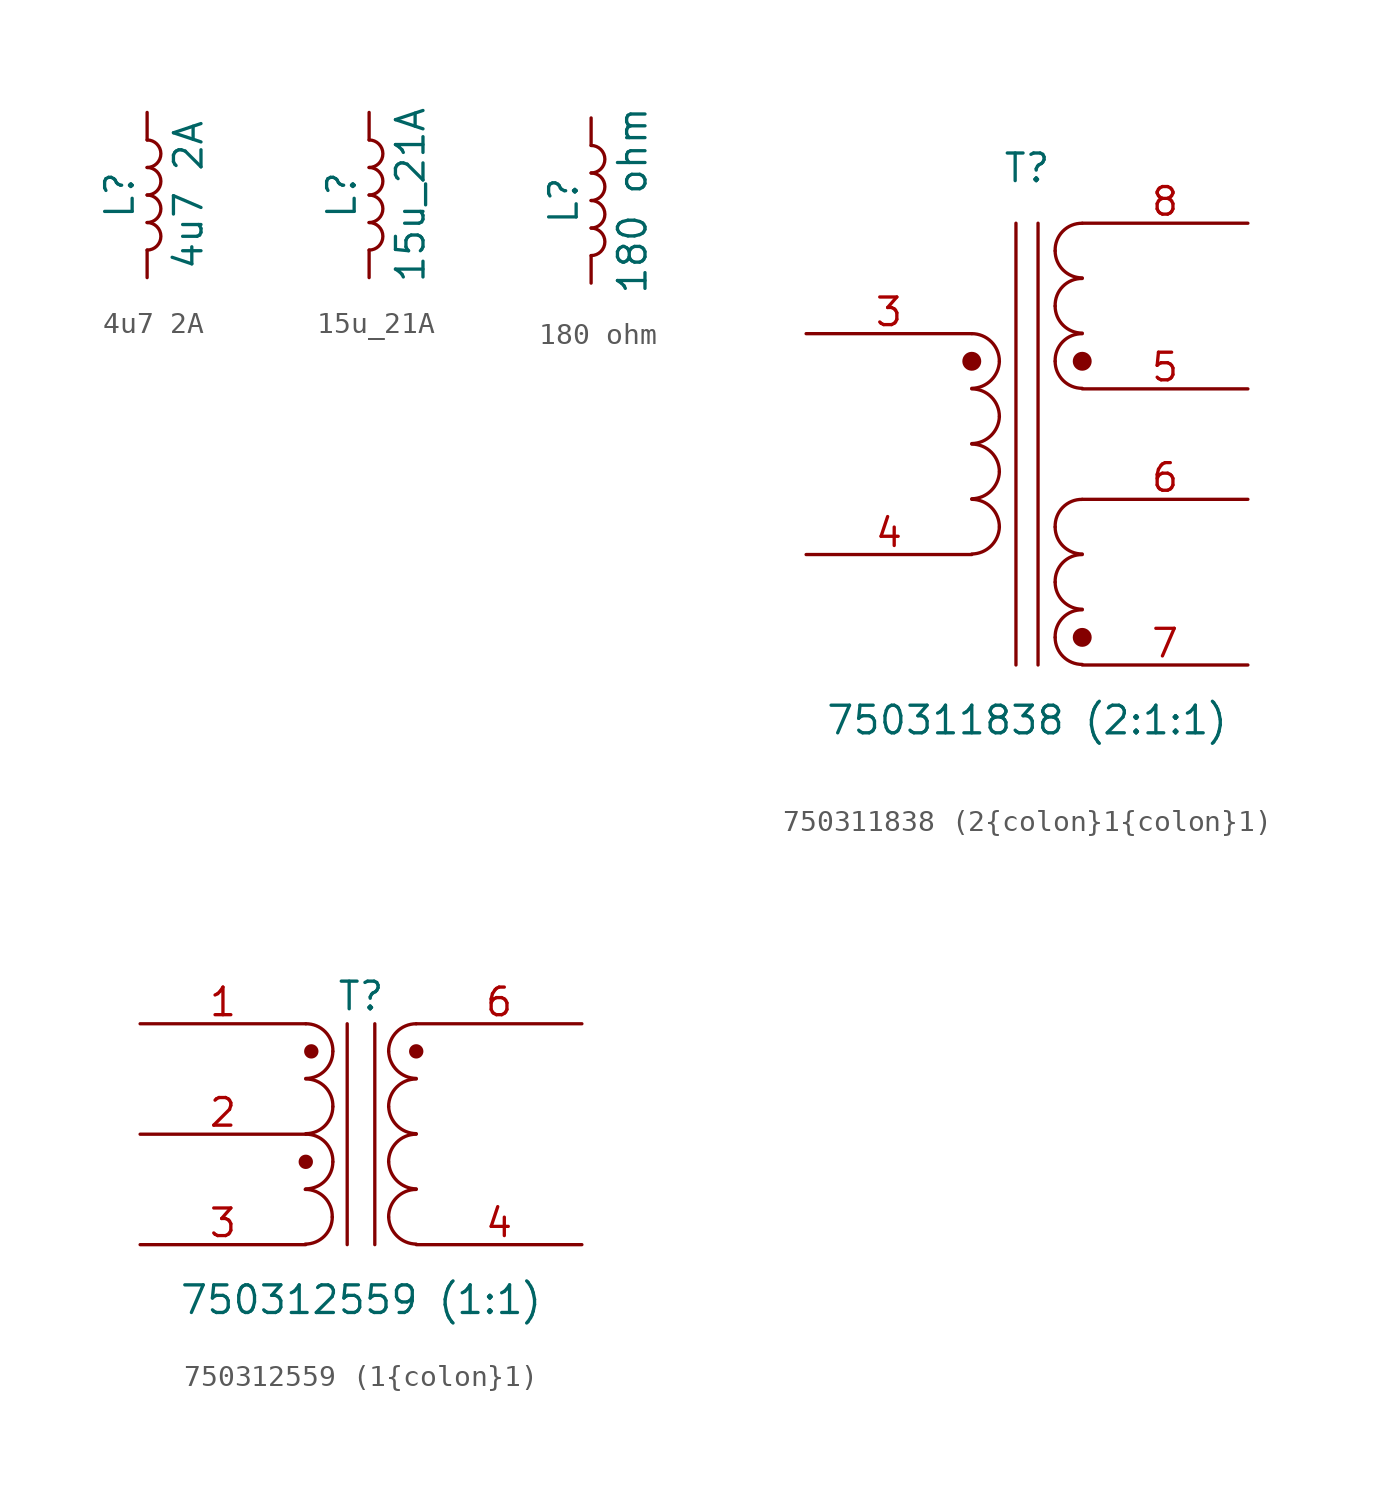
<source format=kicad_sym>
(kicad_symbol_lib
  (version 20231120)
  (generator "kicad_symbol_editor")
  (generator_version "8.0")
  (symbol "4u7 2A"
    (pin_numbers hide)
    (pin_names
      (offset 1.016) hide)
    (property "Reference" "L"
      (at -1.27 0 90)
      (effects (font (size 1.27 1.27))))
    (property "Value" "4u7 2A"
      (at 1.905 0 90)
      (effects (font (size 1.27 1.27))))
    (symbol "4u7 2A_0_1"
      (arc (start 0 -2.54) (mid 0.6323 -1.905) (end 0 -1.27) (stroke (width 0) (type default)) (fill (type none)))
      (arc (start 0 -1.27) (mid 0.6323 -0.635) (end 0 0) (stroke (width 0) (type default)) (fill (type none)))
      (arc (start 0 0) (mid 0.6323 0.635) (end 0 1.27) (stroke (width 0) (type default)) (fill (type none)))
      (arc (start 0 1.27) (mid 0.6323 1.905) (end 0 2.54) (stroke (width 0) (type default)) (fill (type none))))
    (symbol "4u7 2A_1_1"
      (pin passive line (at 0 3.81 270) (length 1.27) (name "1" (effects (font (size 1.27 1.27)))) (number "1" (effects (font (size 1.27 1.27)))))
      (pin passive line (at 0 -3.81 90) (length 1.27) (name "2" (effects (font (size 1.27 1.27)))) (number "2" (effects (font (size 1.27 1.27)))))))
  (symbol "15u_21A"
    (pin_numbers hide)
    (pin_names
      (offset 1.016) hide)
    (property "Reference" "L"
      (at -1.27 0 90)
      (effects (font (size 1.27 1.27))))
    (property "Value" "15u_21A"
      (at 1.905 0 90)
      (effects (font (size 1.27 1.27))))
    (symbol "15u_21A_0_1"
      (arc (start 0 -2.54) (mid 0.6323 -1.905) (end 0 -1.27) (stroke (width 0) (type default)) (fill (type none)))
      (arc (start 0 -1.27) (mid 0.6323 -0.635) (end 0 0) (stroke (width 0) (type default)) (fill (type none)))
      (arc (start 0 0) (mid 0.6323 0.635) (end 0 1.27) (stroke (width 0) (type default)) (fill (type none)))
      (arc (start 0 1.27) (mid 0.6323 1.905) (end 0 2.54) (stroke (width 0) (type default)) (fill (type none))))
    (symbol "15u_21A_1_1"
      (pin passive line (at 0 3.81 270) (length 1.27) (name "1" (effects (font (size 1.27 1.27)))) (number "1" (effects (font (size 1.27 1.27)))))
      (pin passive line (at 0 -3.81 90) (length 1.27) (name "2" (effects (font (size 1.27 1.27)))) (number "2" (effects (font (size 1.27 1.27)))))))
  (symbol "180 ohm"
    (pin_numbers hide)
    (pin_names
      (offset 1.016) hide)
    (property "Reference" "L"
      (at -1.27 0 90)
      (effects (font (size 1.27 1.27))))
    (property "Value" "180 ohm"
      (at 1.905 0 90)
      (effects (font (size 1.27 1.27))))
    (symbol "180 ohm_0_1"
      (arc (start 0 -2.54) (mid 0.6323 -1.905) (end 0 -1.27) (stroke (width 0) (type default)) (fill (type none)))
      (arc (start 0 -1.27) (mid 0.6323 -0.635) (end 0 0) (stroke (width 0) (type default)) (fill (type none)))
      (arc (start 0 0) (mid 0.6323 0.635) (end 0 1.27) (stroke (width 0) (type default)) (fill (type none)))
      (arc (start 0 1.27) (mid 0.6323 1.905) (end 0 2.54) (stroke (width 0) (type default)) (fill (type none))))
    (symbol "180 ohm_1_1"
      (pin passive line (at 0 3.81 270) (length 1.27) (name "1" (effects (font (size 1.27 1.27)))) (number "1" (effects (font (size 1.27 1.27)))))
      (pin passive line (at 0 -3.81 90) (length 1.27) (name "2" (effects (font (size 1.27 1.27)))) (number "2" (effects (font (size 1.27 1.27)))))))
  (symbol "750311838 (2{colon}1{colon}1)"
    (pin_names
      (offset 1.016) hide)
    (property "Reference" "T"
      (at 0 12.7 0)
      (effects (font (size 1.27 1.27))))
    (property "Value" "750311838 (2{colon}1{colon}1)"
      (at 0 -12.7 0)
      (effects (font (size 1.27 1.27))))
    (symbol "750311838 (2{colon}1{colon}1)_0_0"
      (pin no_connect line (at -3.81 8.89 0) (length 2.54) hide (name "" (effects (font (size 1.27 1.27)))) (number "1" (effects (font (size 1.27 1.27)))))
      (pin no_connect line (at -3.81 6.35 0) (length 2.54) hide (name "" (effects (font (size 1.27 1.27)))) (number "2" (effects (font (size 1.27 1.27))))))
    (symbol "750311838 (2{colon}1{colon}1)_0_1"
      (arc (start -2.54 -5.0546) (mid -1.6599 -4.6901) (end -1.27 -3.81) (stroke (width 0) (type default)) (fill (type none)))
      (arc (start -2.54 -2.5146) (mid -1.6599 -2.1501) (end -1.27 -1.27) (stroke (width 0) (type default)) (fill (type none)))
      (arc (start -2.54 0.0254) (mid -1.6599 0.3899) (end -1.27 1.27) (stroke (width 0) (type default)) (fill (type none)))
      (arc (start -2.54 2.5654) (mid -1.6599 2.9299) (end -1.27 3.81) (stroke (width 0) (type default)) (fill (type none)))
      (circle (center -2.54 3.81) (radius 0.359) (stroke (width 0) (type default)) (fill (type outline)))
      (arc (start -1.27 -3.81) (mid -1.642 -2.912) (end -2.54 -2.54) (stroke (width 0) (type default)) (fill (type none)))
      (arc (start -1.27 -1.27) (mid -1.642 -0.372) (end -2.54 0) (stroke (width 0) (type default)) (fill (type none)))
      (arc (start -1.27 1.27) (mid -1.642 2.168) (end -2.54 2.54) (stroke (width 0) (type default)) (fill (type none)))
      (arc (start -1.27 3.81) (mid -1.642 4.708) (end -2.54 5.08) (stroke (width 0) (type default)) (fill (type none)))
      (polyline (pts (xy -0.508 -10.16) (xy -0.508 10.16)) (stroke (width 0) (type default)) (fill (type none)))
      (polyline (pts (xy 0.508 10.16) (xy 0.508 -10.16)) (stroke (width 0) (type default)) (fill (type none)))
      (arc (start 1.2954 -8.89) (mid 1.6599 -9.7701) (end 2.54 -10.1346) (stroke (width 0) (type default)) (fill (type none)))
      (arc (start 1.2954 -6.35) (mid 1.6599 -7.2301) (end 2.54 -7.5946) (stroke (width 0) (type default)) (fill (type none)))
      (arc (start 1.2954 -3.81) (mid 1.6599 -4.6901) (end 2.54 -5.0546) (stroke (width 0) (type default)) (fill (type none)))
      (arc (start 1.2954 3.81) (mid 1.6599 2.9299) (end 2.54 2.5654) (stroke (width 0) (type default)) (fill (type none)))
      (arc (start 1.2954 6.35) (mid 1.6599 5.4699) (end 2.54 5.1054) (stroke (width 0) (type default)) (fill (type none)))
      (arc (start 1.2954 8.89) (mid 1.6599 8.0099) (end 2.54 7.6454) (stroke (width 0) (type default)) (fill (type none)))
      (circle (center 2.54 -8.89) (radius 0.359) (stroke (width 0) (type default)) (fill (type outline)))
      (arc (start 2.54 -7.62) (mid 1.642 -7.992) (end 1.2954 -8.89) (stroke (width 0) (type default)) (fill (type none)))
      (arc (start 2.54 -5.08) (mid 1.642 -5.452) (end 1.2954 -6.35) (stroke (width 0) (type default)) (fill (type none)))
      (arc (start 2.54 -2.54) (mid 1.642 -2.912) (end 1.2954 -3.81) (stroke (width 0) (type default)) (fill (type none)))
      (circle (center 2.54 3.81) (radius 0.359) (stroke (width 0) (type default)) (fill (type outline)))
      (arc (start 2.54 5.08) (mid 1.642 4.708) (end 1.2954 3.81) (stroke (width 0) (type default)) (fill (type none)))
      (arc (start 2.54 7.62) (mid 1.642 7.248) (end 1.2954 6.35) (stroke (width 0) (type default)) (fill (type none)))
      (arc (start 2.54 10.16) (mid 1.642 9.788) (end 1.2954 8.89) (stroke (width 0) (type default)) (fill (type none))))
    (symbol "750311838 (2{colon}1{colon}1)_1_1"
      (pin passive line (at -10.16 5.08 0) (length 7.62) (name "" (effects (font (size 1.27 1.27)))) (number "3" (effects (font (size 1.27 1.27)))))
      (pin passive line (at -10.16 -5.08 0) (length 7.62) (name "" (effects (font (size 1.27 1.27)))) (number "4" (effects (font (size 1.27 1.27)))))
      (pin passive line (at 10.16 2.54 180) (length 7.62) (name "" (effects (font (size 1.27 1.27)))) (number "5" (effects (font (size 1.27 1.27)))))
      (pin passive line (at 10.16 -2.54 180) (length 7.62) (name "" (effects (font (size 1.27 1.27)))) (number "6" (effects (font (size 1.27 1.27)))))
      (pin passive line (at 10.16 -10.16 180) (length 7.62) (name "" (effects (font (size 1.27 1.27)))) (number "7" (effects (font (size 1.27 1.27)))))
      (pin passive line (at 10.16 10.16 180) (length 7.62) (name "" (effects (font (size 1.27 1.27)))) (number "8" (effects (font (size 1.27 1.27)))))))
  (symbol "750312559 (1{colon}1)"
    (pin_names
      (offset 1.016) hide)
    (property "Reference" "T"
      (at 0 6.35 0)
      (effects (font (size 1.27 1.27))))
    (property "Value" "750312559 (1{colon}1)"
      (at 0 -7.62 0)
      (effects (font (size 1.27 1.27))))
    (symbol "750312559 (1{colon}1)_0_1"
      (arc (start -2.5654 -5.0546) (mid -1.6851 -4.6902) (end -1.3208 -3.81) (stroke (width 0) (type default)) (fill (type none)))
      (arc (start -2.54 -2.5146) (mid -1.6599 -2.1501) (end -1.2954 -1.27) (stroke (width 0) (type default)) (fill (type none)))
      (circle (center -2.54 -1.27) (radius 0.254) (stroke (width 0) (type default)) (fill (type outline)))
      (arc (start -2.54 0.0254) (mid -1.6599 0.3899) (end -1.2954 1.27) (stroke (width 0) (type default)) (fill (type none)))
      (arc (start -2.54 2.5654) (mid -1.6599 2.9299) (end -1.2954 3.81) (stroke (width 0) (type default)) (fill (type none)))
      (circle (center -2.286 3.81) (radius 0.254) (stroke (width 0) (type default)) (fill (type outline)))
      (arc (start -1.3208 -3.81) (mid -1.6711 -2.9085) (end -2.5654 -2.54) (stroke (width 0) (type default)) (fill (type none)))
      (arc (start -1.2954 -1.27) (mid -1.6457 -0.3683) (end -2.54 0) (stroke (width 0) (type default)) (fill (type none)))
      (arc (start -1.2954 1.27) (mid -1.6457 2.1717) (end -2.54 2.54) (stroke (width 0) (type default)) (fill (type none)))
      (arc (start -1.2954 3.81) (mid -1.6457 4.7117) (end -2.54 5.08) (stroke (width 0) (type default)) (fill (type none)))
      (polyline (pts (xy -0.635 -5.08) (xy -0.635 5.08)) (stroke (width 0) (type default)) (fill (type none)))
      (polyline (pts (xy 0.635 5.08) (xy 0.635 -5.08)) (stroke (width 0) (type default)) (fill (type none)))
      (arc (start 1.27 -3.81) (mid 1.656 -4.6864) (end 2.54 -5.0546) (stroke (width 0) (type default)) (fill (type none)))
      (arc (start 1.27 -1.27) (mid 1.656 -2.1464) (end 2.54 -2.5146) (stroke (width 0) (type default)) (fill (type none)))
      (arc (start 1.27 1.27) (mid 1.656 0.3936) (end 2.54 0.0254) (stroke (width 0) (type default)) (fill (type none)))
      (arc (start 1.27 3.81) (mid 1.656 2.9336) (end 2.54 2.5654) (stroke (width 0) (type default)) (fill (type none)))
      (arc (start 2.54 -2.54) (mid 1.642 -2.912) (end 1.27 -3.81) (stroke (width 0) (type default)) (fill (type none)))
      (arc (start 2.54 0) (mid 1.642 -0.372) (end 1.27 -1.27) (stroke (width 0) (type default)) (fill (type none)))
      (arc (start 2.54 2.54) (mid 1.642 2.168) (end 1.27 1.27) (stroke (width 0) (type default)) (fill (type none)))
      (circle (center 2.54 3.81) (radius 0.254) (stroke (width 0) (type default)) (fill (type outline)))
      (arc (start 2.54 5.08) (mid 1.642 4.708) (end 1.27 3.81) (stroke (width 0) (type default)) (fill (type none))))
    (symbol "750312559 (1{colon}1)_1_1"
      (pin passive line (at -10.16 5.08 0) (length 7.62) (name "SB" (effects (font (size 1.27 1.27)))) (number "1" (effects (font (size 1.27 1.27)))))
      (pin passive line (at -10.16 0 0) (length 7.62) (name "SC" (effects (font (size 1.27 1.27)))) (number "2" (effects (font (size 1.27 1.27)))))
      (pin passive line (at -10.16 -5.08 0) (length 7.62) (name "SA" (effects (font (size 1.27 1.27)))) (number "3" (effects (font (size 1.27 1.27)))))
      (pin passive line (at 10.16 -5.08 180) (length 7.62) (name "AB" (effects (font (size 1.27 1.27)))) (number "4" (effects (font (size 1.27 1.27)))))
      (pin passive line (at 10.16 5.08 180) (length 7.62) (name "AA" (effects (font (size 1.27 1.27)))) (number "6" (effects (font (size 1.27 1.27))))))))
</source>
